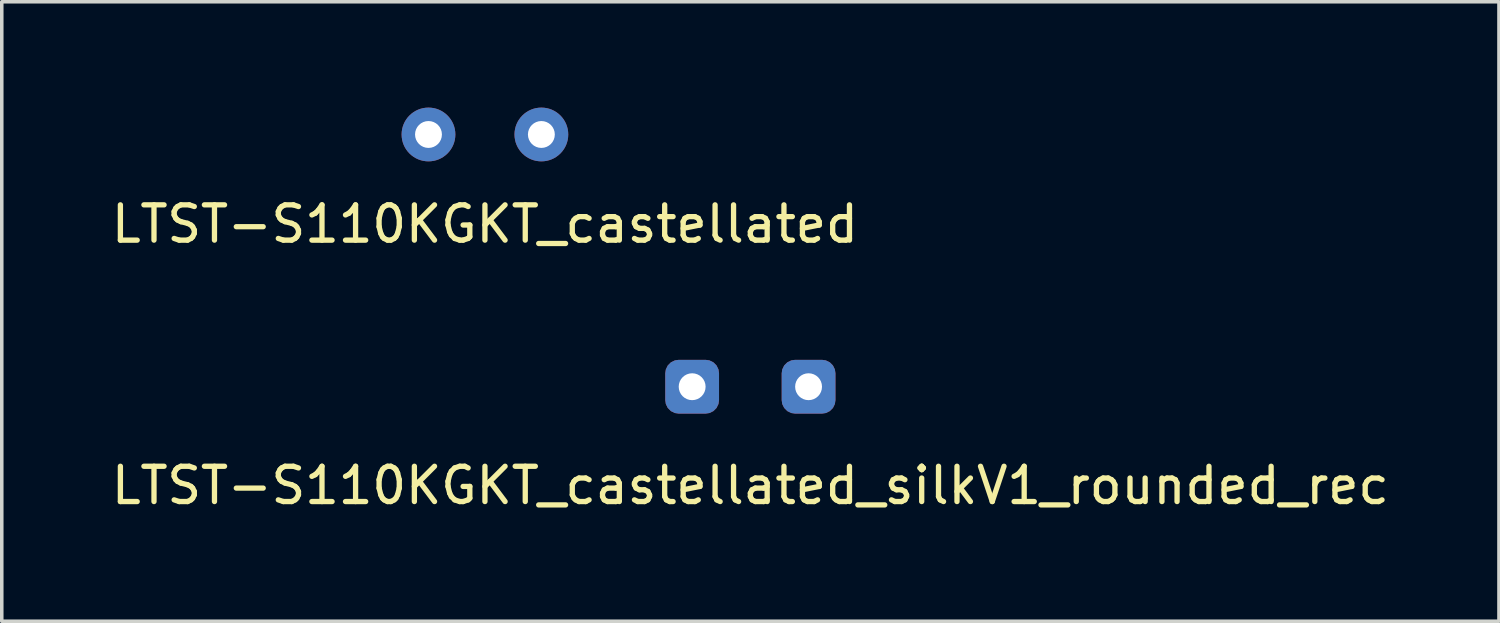
<source format=kicad_pcb>
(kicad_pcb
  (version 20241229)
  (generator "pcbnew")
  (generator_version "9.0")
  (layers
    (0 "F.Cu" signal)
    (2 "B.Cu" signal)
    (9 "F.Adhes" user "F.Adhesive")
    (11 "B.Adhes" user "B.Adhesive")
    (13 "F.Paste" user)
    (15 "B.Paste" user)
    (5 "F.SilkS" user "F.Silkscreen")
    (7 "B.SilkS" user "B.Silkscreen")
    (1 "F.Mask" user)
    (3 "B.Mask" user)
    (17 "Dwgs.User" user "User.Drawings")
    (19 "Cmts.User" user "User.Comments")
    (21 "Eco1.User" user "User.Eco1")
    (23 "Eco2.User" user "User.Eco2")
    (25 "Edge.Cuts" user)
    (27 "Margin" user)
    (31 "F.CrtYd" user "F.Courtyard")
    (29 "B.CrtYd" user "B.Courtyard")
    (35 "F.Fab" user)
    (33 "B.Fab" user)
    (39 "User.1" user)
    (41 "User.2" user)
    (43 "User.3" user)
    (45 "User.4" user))
  (footprint "LTST-S110KGKT_castellated_silkV1_rounded_rec"
    (layer "F.Cu")
    (at 18.22 7.912)
    (property "Reference" "LTST-S110KGKT_castellated_silkV1_rounded_rec" (at 0 2.8 0) (layer "F.SilkS") (effects (font (size 1 1) (thickness 0.15))))
    (attr through_hole)
    (pad "1" thru_hole roundrect (at -1.65 0 90) (size 1.524 1.524) (drill 0.762) (layers "*.Cu" "*.Mask") (roundrect_rratio 0.25))
    (pad "2" thru_hole roundrect (at 1.65 0) (size 1.524 1.524) (drill 0.762) (layers "*.Cu" "*.Mask") (roundrect_rratio 0.25)))
  (footprint "LTST-S110KGKT_castellated"
    (layer "F.Cu")
    (at 10.696 0.762)
    (property "Reference" "LTST-S110KGKT_castellated" (at 0 2.54 0) (layer "F.SilkS") (effects (font (size 1 1) (thickness 0.15))))
    (attr through_hole)
    (pad "1" thru_hole circle (at -1.6 0) (size 1.524 1.524) (drill 0.762) (layers "*.Cu" "*.Mask"))
    (pad "2" thru_hole circle (at 1.6 0) (size 1.524 1.524) (drill 0.762) (layers "*.Cu" "*.Mask")))
  (gr_rect
    (start -3 -3)
    (end 39.44 14.56)
    (stroke (width 0.1) (type default))
    (fill no)
    (layer "Edge.Cuts")))
</source>
